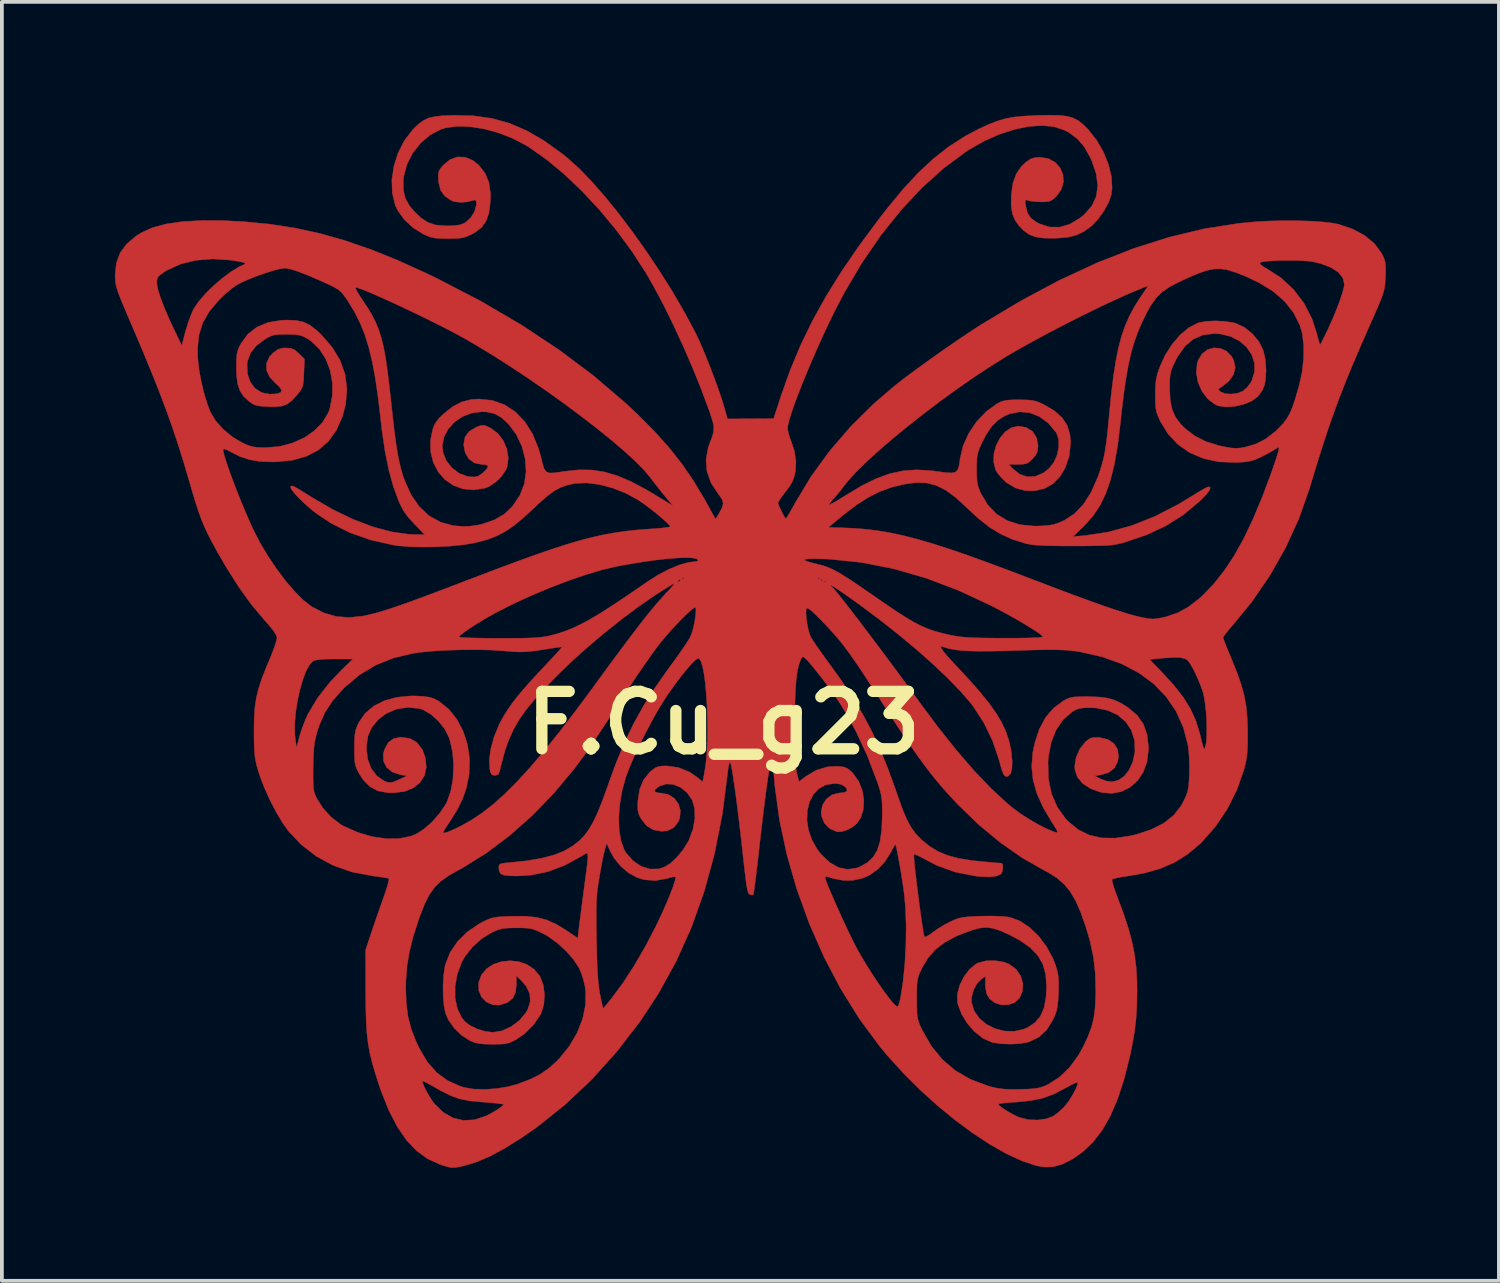
<source format=kicad_pcb>
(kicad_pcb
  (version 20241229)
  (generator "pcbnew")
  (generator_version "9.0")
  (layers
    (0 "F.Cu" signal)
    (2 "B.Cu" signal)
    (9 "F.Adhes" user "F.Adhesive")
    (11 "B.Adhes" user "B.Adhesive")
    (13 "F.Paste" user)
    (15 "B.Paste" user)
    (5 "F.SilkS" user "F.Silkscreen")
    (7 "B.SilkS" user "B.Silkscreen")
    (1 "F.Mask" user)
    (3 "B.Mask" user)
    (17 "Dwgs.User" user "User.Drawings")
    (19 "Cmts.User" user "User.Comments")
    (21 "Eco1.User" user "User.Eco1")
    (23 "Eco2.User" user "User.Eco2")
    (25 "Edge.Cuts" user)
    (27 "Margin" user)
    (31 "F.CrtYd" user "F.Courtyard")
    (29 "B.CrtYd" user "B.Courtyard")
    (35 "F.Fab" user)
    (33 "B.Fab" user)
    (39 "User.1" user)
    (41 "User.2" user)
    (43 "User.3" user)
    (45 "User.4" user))
  (footprint "F.Cu_g23"
    (layer "F.Cu")
    (at 16.154 16.13)
    (property "Reference" "F.Cu_g23" (at 0 0 0) (layer "F.SilkS") (effects (font (size 1.524 1.524) (thickness 0.3))))
    (attr through_hole)
    (fp_poly (pts (xy 8.903 -16.119) (xy 9.104 -16.096) (xy 9.266 -16.052) (xy 9.403 -15.982) (xy 9.531 -15.883) (xy 9.665 -15.75) (xy 9.675 -15.739) (xy 9.896 -15.458) (xy 10.076 -15.145) (xy 10.208 -14.818) (xy 10.287 -14.494) (xy 10.305 -14.189) (xy 10.284 -14.015) (xy 10.214 -13.814) (xy 10.094 -13.592) (xy 9.944 -13.379) (xy 9.783 -13.205) (xy 9.738 -13.166) (xy 9.547 -13.032) (xy 9.358 -12.942) (xy 9.146 -12.888) (xy 8.886 -12.863) (xy 8.753 -12.858) (xy 8.48 -12.863) (xy 8.27 -12.895) (xy 8.101 -12.96) (xy 7.955 -13.066) (xy 7.843 -13.181) (xy 7.729 -13.338) (xy 7.658 -13.511) (xy 7.627 -13.721) (xy 7.628 -13.988) (xy 7.628 -13.992) (xy 7.67 -14.31) (xy 7.762 -14.567) (xy 7.908 -14.776) (xy 8.016 -14.876) (xy 8.136 -14.959) (xy 8.252 -14.998) (xy 8.4 -15.007) (xy 8.618 -14.971) (xy 8.795 -14.873) (xy 8.924 -14.729) (xy 9 -14.553) (xy 9.015 -14.36) (xy 8.963 -14.165) (xy 8.839 -13.984) (xy 8.829 -13.974) (xy 8.733 -13.886) (xy 8.648 -13.84) (xy 8.538 -13.824) (xy 8.434 -13.822) (xy 8.28 -13.828) (xy 8.147 -13.844) (xy 8.09 -13.858) (xy 8.027 -13.876) (xy 8.002 -13.856) (xy 8.004 -13.779) (xy 8.012 -13.719) (xy 8.06 -13.529) (xy 8.155 -13.388) (xy 8.314 -13.274) (xy 8.369 -13.246) (xy 8.64 -13.157) (xy 8.912 -13.153) (xy 9.184 -13.232) (xy 9.454 -13.395) (xy 9.572 -13.492) (xy 9.767 -13.716) (xy 9.884 -13.967) (xy 9.923 -14.247) (xy 9.885 -14.558) (xy 9.77 -14.902) (xy 9.722 -15.008) (xy 9.563 -15.289) (xy 9.377 -15.503) (xy 9.149 -15.67) (xy 9.039 -15.728) (xy 8.766 -15.818) (xy 8.446 -15.849) (xy 8.088 -15.824) (xy 7.704 -15.744) (xy 7.304 -15.613) (xy 6.9 -15.432) (xy 6.501 -15.204) (xy 6.429 -15.157) (xy 5.832 -14.714) (xy 5.253 -14.192) (xy 4.697 -13.597) (xy 4.167 -12.934) (xy 3.669 -12.209) (xy 3.205 -11.426) (xy 2.958 -10.954) (xy 2.79 -10.61) (xy 2.621 -10.248) (xy 2.454 -9.877) (xy 2.294 -9.508) (xy 2.145 -9.15) (xy 2.01 -8.813) (xy 1.894 -8.507) (xy 1.801 -8.243) (xy 1.735 -8.029) (xy 1.699 -7.877) (xy 1.694 -7.823) (xy 1.713 -7.696) (xy 1.758 -7.548) (xy 1.777 -7.504) (xy 1.871 -7.229) (xy 1.916 -6.947) (xy 1.905 -6.689) (xy 1.903 -6.677) (xy 1.869 -6.528) (xy 1.822 -6.404) (xy 1.749 -6.279) (xy 1.635 -6.125) (xy 1.602 -6.083) (xy 1.516 -5.969) (xy 1.458 -5.879) (xy 1.439 -5.839) (xy 1.456 -5.78) (xy 1.499 -5.681) (xy 1.553 -5.571) (xy 1.605 -5.476) (xy 1.643 -5.423) (xy 1.649 -5.42) (xy 1.677 -5.455) (xy 1.736 -5.551) (xy 1.816 -5.691) (xy 1.868 -5.784) (xy 2.797 -5.784) (xy 2.837 -5.799) (xy 2.934 -5.852) (xy 3.073 -5.934) (xy 3.239 -6.038) (xy 3.662 -6.291) (xy 4.048 -6.482) (xy 4.411 -6.613) (xy 4.766 -6.689) (xy 5.128 -6.714) (xy 5.511 -6.691) (xy 5.671 -6.67) (xy 5.894 -6.639) (xy 6.049 -6.631) (xy 6.149 -6.654) (xy 6.21 -6.716) (xy 6.245 -6.826) (xy 6.269 -6.991) (xy 6.272 -7.015) (xy 6.351 -7.349) (xy 6.5 -7.68) (xy 6.708 -7.989) (xy 6.962 -8.257) (xy 7.239 -8.46) (xy 7.339 -8.514) (xy 7.435 -8.547) (xy 7.55 -8.565) (xy 7.71 -8.572) (xy 7.832 -8.572) (xy 8.033 -8.569) (xy 8.178 -8.557) (xy 8.296 -8.53) (xy 8.415 -8.482) (xy 8.482 -8.451) (xy 8.768 -8.285) (xy 8.976 -8.101) (xy 9.114 -7.891) (xy 9.187 -7.645) (xy 9.204 -7.428) (xy 9.168 -7.077) (xy 9.055 -6.756) (xy 8.923 -6.536) (xy 8.74 -6.346) (xy 8.514 -6.219) (xy 8.263 -6.157) (xy 8 -6.16) (xy 7.743 -6.231) (xy 7.508 -6.371) (xy 7.469 -6.404) (xy 7.351 -6.522) (xy 7.254 -6.644) (xy 7.212 -6.717) (xy 7.161 -6.928) (xy 7.17 -7.15) (xy 7.231 -7.367) (xy 7.335 -7.564) (xy 7.473 -7.725) (xy 7.637 -7.833) (xy 7.819 -7.874) (xy 7.822 -7.874) (xy 8.03 -7.837) (xy 8.192 -7.734) (xy 8.298 -7.574) (xy 8.339 -7.366) (xy 8.34 -7.349) (xy 8.328 -7.214) (xy 8.28 -7.108) (xy 8.197 -7.009) (xy 8.108 -6.922) (xy 8.028 -6.877) (xy 7.923 -6.86) (xy 7.809 -6.858) (xy 7.563 -6.858) (xy 7.666 -6.748) (xy 7.854 -6.597) (xy 8.058 -6.528) (xy 8.271 -6.541) (xy 8.486 -6.636) (xy 8.63 -6.747) (xy 8.756 -6.905) (xy 8.844 -7.103) (xy 8.89 -7.315) (xy 8.887 -7.518) (xy 8.832 -7.687) (xy 8.82 -7.706) (xy 8.614 -7.952) (xy 8.378 -8.126) (xy 8.121 -8.228) (xy 7.851 -8.252) (xy 7.579 -8.197) (xy 7.46 -8.146) (xy 7.273 -8.028) (xy 7.112 -7.866) (xy 6.963 -7.647) (xy 6.847 -7.423) (xy 6.781 -7.275) (xy 6.74 -7.154) (xy 6.719 -7.027) (xy 6.711 -6.866) (xy 6.71 -6.731) (xy 6.713 -6.525) (xy 6.727 -6.375) (xy 6.756 -6.252) (xy 6.804 -6.128) (xy 6.82 -6.094) (xy 7.006 -5.783) (xy 7.239 -5.541) (xy 7.521 -5.367) (xy 7.853 -5.26) (xy 8.237 -5.221) (xy 8.394 -5.223) (xy 8.6 -5.237) (xy 8.756 -5.263) (xy 8.899 -5.31) (xy 9.041 -5.375) (xy 9.309 -5.551) (xy 9.546 -5.801) (xy 9.752 -6.127) (xy 9.93 -6.531) (xy 9.984 -6.689) (xy 10.039 -6.867) (xy 10.084 -7.042) (xy 10.121 -7.23) (xy 10.154 -7.449) (xy 10.185 -7.714) (xy 10.217 -8.044) (xy 10.225 -8.128) (xy 10.278 -8.682) (xy 10.336 -9.161) (xy 10.399 -9.576) (xy 10.471 -9.937) (xy 10.554 -10.254) (xy 10.652 -10.537) (xy 10.765 -10.798) (xy 10.899 -11.045) (xy 11.046 -11.277) (xy 11.263 -11.599) (xy 11.061 -11.519) (xy 10.742 -11.386) (xy 10.366 -11.217) (xy 9.949 -11.02) (xy 9.506 -10.803) (xy 9.052 -10.573) (xy 8.603 -10.339) (xy 8.175 -10.109) (xy 7.783 -9.889) (xy 7.504 -9.726) (xy 7.085 -9.465) (xy 6.647 -9.176) (xy 6.199 -8.865) (xy 5.75 -8.539) (xy 5.309 -8.205) (xy 4.883 -7.87) (xy 4.482 -7.541) (xy 4.115 -7.225) (xy 3.79 -6.929) (xy 3.516 -6.66) (xy 3.302 -6.424) (xy 3.226 -6.329) (xy 3.111 -6.181) (xy 2.995 -6.039) (xy 2.907 -5.938) (xy 2.833 -5.852) (xy 2.797 -5.795) (xy 2.797 -5.784) (xy 1.868 -5.784) (xy 1.902 -5.847) (xy 2.317 -6.535) (xy 2.806 -7.207) (xy 3.36 -7.852) (xy 3.97 -8.458) (xy 4.551 -8.956) (xy 4.805 -9.152) (xy 5.112 -9.381) (xy 5.454 -9.628) (xy 5.812 -9.882) (xy 6.169 -10.128) (xy 6.505 -10.355) (xy 6.802 -10.549) (xy 6.844 -10.575) (xy 7.887 -11.199) (xy 8.905 -11.742) (xy 9.901 -12.204) (xy 9.918 -12.211) (xy 14.226 -12.211) (xy 14.235 -12.168) (xy 14.321 -12.102) (xy 14.406 -12.054) (xy 14.789 -11.807) (xy 15.122 -11.496) (xy 15.398 -11.132) (xy 15.608 -10.724) (xy 15.734 -10.338) (xy 15.771 -10.191) (xy 15.802 -10.083) (xy 15.821 -10.034) (xy 15.823 -10.033) (xy 15.846 -10.069) (xy 15.897 -10.166) (xy 15.968 -10.31) (xy 16.046 -10.473) (xy 16.161 -10.729) (xy 16.266 -10.983) (xy 16.355 -11.22) (xy 16.421 -11.422) (xy 16.46 -11.575) (xy 16.468 -11.641) (xy 16.427 -11.807) (xy 16.308 -11.955) (xy 16.115 -12.081) (xy 15.854 -12.182) (xy 15.634 -12.235) (xy 15.497 -12.253) (xy 15.313 -12.265) (xy 15.102 -12.27) (xy 14.879 -12.27) (xy 14.663 -12.265) (xy 14.473 -12.254) (xy 14.325 -12.239) (xy 14.238 -12.219) (xy 14.226 -12.211) (xy 9.918 -12.211) (xy 10.876 -12.587) (xy 11.829 -12.889) (xy 12.762 -13.112) (xy 13.676 -13.255) (xy 14.118 -13.297) (xy 14.473 -13.316) (xy 14.843 -13.325) (xy 15.21 -13.324) (xy 15.558 -13.313) (xy 15.871 -13.293) (xy 16.132 -13.264) (xy 16.32 -13.229) (xy 16.691 -13.102) (xy 17.008 -12.931) (xy 17.262 -12.72) (xy 17.446 -12.476) (xy 17.468 -12.435) (xy 17.52 -12.323) (xy 17.551 -12.223) (xy 17.564 -12.108) (xy 17.563 -11.95) (xy 17.559 -11.837) (xy 17.553 -11.711) (xy 17.543 -11.604) (xy 17.525 -11.504) (xy 17.496 -11.395) (xy 17.45 -11.265) (xy 17.383 -11.1) (xy 17.291 -10.887) (xy 17.17 -10.612) (xy 17.147 -10.562) (xy 16.904 -10.009) (xy 16.692 -9.513) (xy 16.504 -9.057) (xy 16.334 -8.623) (xy 16.176 -8.194) (xy 16.023 -7.752) (xy 15.868 -7.28) (xy 15.706 -6.76) (xy 15.537 -6.202) (xy 15.262 -5.419) (xy 14.91 -4.649) (xy 14.489 -3.906) (xy 14.008 -3.206) (xy 13.55 -2.646) (xy 13.427 -2.504) (xy 13.329 -2.382) (xy 13.266 -2.297) (xy 13.25 -2.265) (xy 13.266 -2.212) (xy 13.309 -2.097) (xy 13.373 -1.937) (xy 13.452 -1.747) (xy 13.464 -1.719) (xy 13.616 -1.343) (xy 13.73 -1.017) (xy 13.811 -0.72) (xy 13.863 -0.429) (xy 13.891 -0.121) (xy 13.902 0.225) (xy 13.902 0.233) (xy 13.901 0.502) (xy 13.895 0.709) (xy 13.881 0.876) (xy 13.857 1.027) (xy 13.82 1.183) (xy 13.808 1.228) (xy 13.621 1.767) (xy 13.364 2.281) (xy 13.046 2.755) (xy 12.677 3.172) (xy 12.637 3.211) (xy 12.31 3.486) (xy 11.964 3.703) (xy 11.583 3.868) (xy 11.153 3.99) (xy 10.72 4.065) (xy 10.546 4.092) (xy 10.406 4.121) (xy 10.32 4.146) (xy 10.303 4.157) (xy 10.308 4.21) (xy 10.338 4.323) (xy 10.39 4.476) (xy 10.431 4.584) (xy 10.6 5.039) (xy 10.732 5.437) (xy 10.83 5.798) (xy 10.899 6.139) (xy 10.942 6.478) (xy 10.964 6.834) (xy 10.968 7.112) (xy 10.961 7.504) (xy 10.94 7.851) (xy 10.901 8.187) (xy 10.839 8.543) (xy 10.771 8.869) (xy 10.62 9.466) (xy 10.45 9.986) (xy 10.257 10.433) (xy 10.039 10.814) (xy 9.793 11.132) (xy 9.514 11.394) (xy 9.256 11.574) (xy 8.986 11.711) (xy 8.74 11.781) (xy 8.495 11.787) (xy 8.296 11.751) (xy 7.918 11.626) (xy 7.504 11.435) (xy 7.064 11.186) (xy 6.605 10.885) (xy 6.138 10.539) (xy 5.67 10.155) (xy 5.631 10.12) (xy 7.281 10.12) (xy 7.316 10.162) (xy 7.405 10.229) (xy 7.53 10.308) (xy 7.667 10.386) (xy 7.798 10.45) (xy 7.856 10.474) (xy 8.085 10.529) (xy 8.33 10.539) (xy 8.562 10.507) (xy 8.742 10.437) (xy 8.874 10.341) (xy 9.012 10.214) (xy 9.071 10.148) (xy 9.168 10.017) (xy 9.258 9.872) (xy 9.333 9.734) (xy 9.381 9.62) (xy 9.392 9.552) (xy 9.388 9.543) (xy 9.342 9.551) (xy 9.243 9.595) (xy 9.111 9.666) (xy 9.073 9.687) (xy 8.769 9.846) (xy 8.472 9.956) (xy 8.152 10.025) (xy 7.781 10.062) (xy 7.758 10.063) (xy 7.568 10.076) (xy 7.415 10.091) (xy 7.313 10.106) (xy 7.281 10.12) (xy 5.631 10.12) (xy 5.211 9.74) (xy 4.769 9.299) (xy 4.353 8.841) (xy 4.13 8.572) (xy 3.593 7.844) (xy 3.101 7.052) (xy 2.659 6.21) (xy 2.271 5.33) (xy 1.942 4.422) (xy 1.847 4.095) (xy 2.688 4.095) (xy 2.708 4.168) (xy 2.726 4.22) (xy 2.783 4.368) (xy 2.87 4.573) (xy 2.977 4.818) (xy 3.097 5.083) (xy 3.22 5.352) (xy 3.34 5.604) (xy 3.447 5.822) (xy 3.532 5.988) (xy 3.535 5.992) (xy 3.669 6.229) (xy 3.818 6.474) (xy 3.973 6.717) (xy 4.128 6.948) (xy 4.274 7.154) (xy 4.404 7.327) (xy 4.511 7.454) (xy 4.587 7.524) (xy 4.613 7.535) (xy 4.638 7.497) (xy 4.668 7.399) (xy 4.692 7.292) (xy 4.759 6.862) (xy 4.806 6.383) (xy 4.834 5.882) (xy 4.84 5.386) (xy 4.824 4.919) (xy 4.788 4.53) (xy 4.761 4.336) (xy 4.728 4.12) (xy 4.691 3.895) (xy 4.653 3.68) (xy 4.618 3.49) (xy 4.588 3.341) (xy 4.565 3.251) (xy 4.557 3.231) (xy 4.532 3.257) (xy 4.482 3.34) (xy 4.429 3.443) (xy 4.277 3.683) (xy 4.079 3.892) (xy 3.856 4.049) (xy 3.681 4.124) (xy 3.428 4.179) (xy 3.183 4.182) (xy 2.916 4.134) (xy 2.763 4.089) (xy 2.705 4.074) (xy 2.688 4.095) (xy 1.847 4.095) (xy 1.676 3.5) (xy 1.478 2.575) (xy 1.354 1.66) (xy 1.331 1.386) (xy 1.316 1.221) (xy 1.298 1.094) (xy 1.279 1.024) (xy 1.272 1.016) (xy 1.253 1.044) (xy 1.229 1.129) (xy 1.201 1.275) (xy 1.168 1.486) (xy 1.129 1.764) (xy 1.084 2.114) (xy 1.032 2.537) (xy 0.973 3.039) (xy 0.91 3.595) (xy 0.878 3.869) (xy 0.849 4.114) (xy 0.823 4.317) (xy 0.802 4.467) (xy 0.788 4.55) (xy 0.784 4.564) (xy 0.734 4.567) (xy 0.703 4.558) (xy 0.679 4.546) (xy 0.66 4.524) (xy 0.642 4.483) (xy 0.624 4.413) (xy 0.606 4.306) (xy 0.584 4.151) (xy 0.559 3.941) (xy 0.527 3.665) (xy 0.489 3.315) (xy 0.486 3.288) (xy 0.436 2.849) (xy 0.387 2.44) (xy 0.34 2.069) (xy 0.296 1.743) (xy 0.256 1.47) (xy 0.221 1.258) (xy 0.192 1.114) (xy 0.171 1.046) (xy 0.169 1.043) (xy 0.149 1.063) (xy 0.127 1.149) (xy 0.108 1.284) (xy 0.107 1.297) (xy -0.034 2.405) (xy -0.241 3.46) (xy -0.515 4.465) (xy -0.855 5.421) (xy -1.263 6.33) (xy -1.739 7.193) (xy -2.215 7.916) (xy -2.839 8.726) (xy -3.507 9.468) (xy -4.218 10.139) (xy -4.97 10.737) (xy -5.376 11.019) (xy -5.812 11.29) (xy -6.201 11.5) (xy -6.552 11.65) (xy -6.806 11.729) (xy -6.99 11.775) (xy -7.119 11.799) (xy -7.224 11.801) (xy -7.331 11.781) (xy -7.47 11.737) (xy -7.536 11.715) (xy -7.858 11.568) (xy -8.152 11.354) (xy -8.42 11.071) (xy -8.664 10.715) (xy -8.887 10.283) (xy -9.091 9.772) (xy -9.145 9.614) (xy -9.181 9.503) (xy -7.993 9.503) (xy -7.99 9.553) (xy -7.95 9.653) (xy -7.885 9.783) (xy -7.805 9.921) (xy -7.722 10.048) (xy -7.678 10.106) (xy -7.444 10.335) (xy -7.186 10.482) (xy -6.908 10.549) (xy -6.616 10.533) (xy -6.312 10.434) (xy -6.239 10.398) (xy -6.1 10.32) (xy -5.976 10.242) (xy -5.928 10.207) (xy -5.824 10.125) (xy -5.971 10.102) (xy -6.082 10.089) (xy -6.247 10.074) (xy -6.434 10.06) (xy -6.478 10.057) (xy -6.767 10.028) (xy -7.014 9.976) (xy -7.249 9.891) (xy -7.504 9.764) (xy -7.619 9.698) (xy -7.773 9.61) (xy -7.897 9.544) (xy -7.975 9.507) (xy -7.993 9.503) (xy -9.181 9.503) (xy -9.247 9.297) (xy -9.328 9.019) (xy -9.39 8.763) (xy -9.435 8.511) (xy -9.467 8.247) (xy -9.486 7.952) (xy -9.497 7.609) (xy -9.501 7.203) (xy -9.501 7.133) (xy -9.501 7.048) (xy -8.437 7.048) (xy -8.424 7.446) (xy -8.378 7.793) (xy -8.295 8.117) (xy -8.167 8.449) (xy -8.079 8.635) (xy -7.87 8.99) (xy -7.625 9.272) (xy -7.338 9.487) (xy -7.002 9.639) (xy -6.89 9.674) (xy -6.642 9.717) (xy -6.345 9.727) (xy -6.027 9.705) (xy -5.714 9.653) (xy -5.482 9.59) (xy -5.149 9.465) (xy -4.877 9.329) (xy -4.641 9.167) (xy -4.419 8.965) (xy -4.365 8.91) (xy -4.1 8.583) (xy -3.892 8.229) (xy -3.746 7.859) (xy -3.668 7.487) (xy -3.662 7.129) (xy -3.677 7.015) (xy -3.721 6.824) (xy -3.785 6.629) (xy -3.837 6.507) (xy -3.978 6.289) (xy -4.176 6.062) (xy -4.408 5.849) (xy -4.652 5.67) (xy -4.804 5.585) (xy -4.952 5.516) (xy -5.071 5.473) (xy -5.192 5.45) (xy -5.343 5.442) (xy -5.503 5.44) (xy -5.704 5.444) (xy -5.849 5.456) (xy -5.968 5.484) (xy -6.089 5.531) (xy -6.16 5.565) (xy -6.42 5.727) (xy -6.66 5.941) (xy -6.857 6.185) (xy -6.952 6.35) (xy -7.07 6.668) (xy -7.128 6.988) (xy -7.128 7.295) (xy -7.071 7.576) (xy -6.957 7.816) (xy -6.869 7.927) (xy -6.729 8.032) (xy -6.537 8.123) (xy -6.327 8.187) (xy -6.132 8.212) (xy -6.126 8.212) (xy -5.884 8.172) (xy -5.643 8.063) (xy -5.425 7.899) (xy -5.252 7.695) (xy -5.203 7.611) (xy -5.134 7.396) (xy -5.148 7.185) (xy -5.246 6.982) (xy -5.371 6.839) (xy -5.503 6.715) (xy -5.503 6.946) (xy -5.524 7.152) (xy -5.592 7.299) (xy -5.717 7.407) (xy -5.758 7.43) (xy -5.954 7.491) (xy -6.14 7.479) (xy -6.303 7.403) (xy -6.427 7.276) (xy -6.5 7.106) (xy -6.505 6.905) (xy -6.502 6.883) (xy -6.425 6.681) (xy -6.289 6.521) (xy -6.108 6.405) (xy -5.897 6.335) (xy -5.669 6.312) (xy -5.439 6.337) (xy -5.221 6.412) (xy -5.031 6.539) (xy -4.882 6.719) (xy -4.878 6.725) (xy -4.792 6.943) (xy -4.756 7.199) (xy -4.772 7.46) (xy -4.84 7.696) (xy -4.862 7.741) (xy -5.045 8.011) (xy -5.284 8.249) (xy -5.512 8.406) (xy -5.627 8.465) (xy -5.727 8.502) (xy -5.841 8.521) (xy -5.993 8.528) (xy -6.138 8.529) (xy -6.35 8.524) (xy -6.503 8.509) (xy -6.625 8.479) (xy -6.737 8.432) (xy -6.957 8.29) (xy -7.154 8.099) (xy -7.307 7.881) (xy -7.384 7.702) (xy -7.424 7.499) (xy -7.445 7.244) (xy -7.448 6.965) (xy -7.432 6.694) (xy -7.397 6.459) (xy -7.386 6.412) (xy -7.262 6.095) (xy -7.062 5.802) (xy -6.796 5.541) (xy -6.469 5.32) (xy -6.356 5.261) (xy -6.245 5.211) (xy -6.141 5.176) (xy -6.024 5.154) (xy -5.87 5.14) (xy -5.659 5.132) (xy -5.597 5.13) (xy -5.245 5.132) (xy -4.952 5.164) (xy -4.694 5.231) (xy -4.448 5.341) (xy -4.19 5.498) (xy -4.183 5.503) (xy -3.873 5.714) (xy -3.842 5.45) (xy -3.826 5.322) (xy -3.812 5.21) (xy -3.383 5.21) (xy -3.38 5.514) (xy -3.376 5.739) (xy -3.368 6.133) (xy -3.357 6.453) (xy -3.343 6.713) (xy -3.325 6.924) (xy -3.303 7.099) (xy -3.283 7.207) (xy -3.249 7.371) (xy -3.221 7.498) (xy -3.203 7.569) (xy -3.199 7.578) (xy -3.171 7.547) (xy -3.102 7.466) (xy -3.007 7.349) (xy -2.971 7.304) (xy -2.675 6.905) (xy -2.374 6.441) (xy -2.078 5.931) (xy -1.799 5.395) (xy -1.63 5.038) (xy -1.516 4.778) (xy -1.42 4.544) (xy -1.344 4.347) (xy -1.295 4.196) (xy -1.275 4.105) (xy -1.278 4.084) (xy -1.325 4.085) (xy -1.425 4.108) (xy -1.501 4.129) (xy -1.81 4.186) (xy -2.106 4.163) (xy -2.296 4.107) (xy -2.519 3.986) (xy -2.733 3.805) (xy -2.912 3.585) (xy -3.011 3.408) (xy -3.106 3.196) (xy -3.157 3.37) (xy -3.184 3.479) (xy -3.22 3.649) (xy -3.259 3.856) (xy -3.299 4.08) (xy -3.301 4.093) (xy -3.33 4.273) (xy -3.352 4.435) (xy -3.368 4.594) (xy -3.378 4.766) (xy -3.382 4.966) (xy -3.383 5.21) (xy -3.812 5.21) (xy -3.801 5.13) (xy -3.771 4.891) (xy -3.736 4.626) (xy -3.704 4.381) (xy -3.663 4.07) (xy -3.632 3.834) (xy -3.613 3.665) (xy -3.605 3.552) (xy -3.61 3.487) (xy -3.628 3.462) (xy -3.659 3.467) (xy -3.705 3.494) (xy -3.759 3.529) (xy -4.214 3.779) (xy -4.664 3.949) (xy -5.118 4.042) (xy -5.48 4.064) (xy -5.692 4.059) (xy -5.834 4.042) (xy -5.918 4.005) (xy -5.958 3.943) (xy -5.969 3.849) (xy -5.969 3.847) (xy -5.964 3.786) (xy -5.938 3.749) (xy -5.872 3.728) (xy -5.747 3.714) (xy -5.683 3.708) (xy -5.223 3.66) (xy -4.836 3.594) (xy -4.511 3.509) (xy -4.238 3.401) (xy -4.006 3.266) (xy -3.815 3.113) (xy -3.689 2.979) (xy -3.572 2.819) (xy -3.459 2.621) (xy -3.415 2.528) (xy -2.786 2.528) (xy -2.773 2.858) (xy -2.723 3.146) (xy -2.636 3.378) (xy -2.593 3.449) (xy -2.405 3.661) (xy -2.191 3.806) (xy -1.961 3.879) (xy -1.729 3.876) (xy -1.588 3.834) (xy -1.418 3.73) (xy -1.24 3.566) (xy -1.074 3.361) (xy -0.937 3.138) (xy -0.918 3.099) (xy -0.814 2.814) (xy -0.765 2.532) (xy -0.772 2.271) (xy -0.837 2.051) (xy -0.842 2.041) (xy -0.976 1.85) (xy -1.146 1.712) (xy -1.336 1.634) (xy -1.53 1.622) (xy -1.713 1.683) (xy -1.727 1.692) (xy -1.821 1.767) (xy -1.833 1.823) (xy -1.764 1.856) (xy -1.666 1.863) (xy -1.471 1.9) (xy -1.313 2.001) (xy -1.203 2.148) (xy -1.15 2.326) (xy -1.165 2.517) (xy -1.206 2.624) (xy -1.322 2.777) (xy -1.481 2.859) (xy -1.645 2.879) (xy -1.867 2.84) (xy -2.052 2.726) (xy -2.198 2.538) (xy -2.251 2.429) (xy -2.278 2.324) (xy -2.283 2.192) (xy -2.277 2.059) (xy -2.23 1.76) (xy -2.13 1.517) (xy -1.968 1.314) (xy -1.927 1.277) (xy -1.831 1.201) (xy -1.742 1.161) (xy -1.625 1.145) (xy -1.512 1.143) (xy -1.204 1.185) (xy -0.909 1.304) (xy -0.692 1.454) (xy -0.559 1.566) (xy -0.508 1.302) (xy -0.473 1.067) (xy -0.448 0.792) (xy -0.434 0.49) (xy -0.429 0.17) (xy -0.43 0.064) (xy 1.884 0.064) (xy 1.886 0.461) (xy 1.892 0.781) (xy 1.903 1.028) (xy 1.918 1.21) (xy 1.938 1.333) (xy 1.94 1.341) (xy 1.997 1.56) (xy 2.182 1.419) (xy 2.458 1.256) (xy 2.756 1.166) (xy 3.038 1.153) (xy 3.186 1.172) (xy 3.288 1.213) (xy 3.385 1.293) (xy 3.433 1.343) (xy 3.581 1.553) (xy 3.677 1.795) (xy 3.719 2.051) (xy 3.704 2.3) (xy 3.632 2.523) (xy 3.54 2.662) (xy 3.42 2.763) (xy 3.269 2.843) (xy 3.118 2.89) (xy 3.004 2.891) (xy 2.808 2.803) (xy 2.668 2.658) (xy 2.593 2.471) (xy 2.584 2.362) (xy 2.624 2.175) (xy 2.727 2.018) (xy 2.877 1.908) (xy 3.057 1.863) (xy 3.069 1.862) (xy 3.21 1.847) (xy 3.273 1.805) (xy 3.255 1.736) (xy 3.222 1.698) (xy 3.12 1.633) (xy 2.973 1.609) (xy 2.94 1.609) (xy 2.712 1.645) (xy 2.524 1.746) (xy 2.377 1.901) (xy 2.275 2.1) (xy 2.218 2.331) (xy 2.208 2.585) (xy 2.249 2.849) (xy 2.342 3.113) (xy 2.488 3.367) (xy 2.587 3.491) (xy 2.816 3.708) (xy 3.049 3.841) (xy 3.286 3.888) (xy 3.528 3.852) (xy 3.62 3.815) (xy 3.815 3.705) (xy 3.964 3.563) (xy 4.074 3.381) (xy 4.147 3.147) (xy 4.19 2.853) (xy 4.206 2.487) (xy 4.206 2.479) (xy 4.206 2.248) (xy 4.199 2.075) (xy 4.181 1.933) (xy 4.148 1.794) (xy 4.097 1.631) (xy 4.089 1.609) (xy 3.815 0.886) (xy 3.499 0.206) (xy 3.15 -0.414) (xy 3.035 -0.593) (xy 2.918 -0.762) (xy 2.778 -0.956) (xy 2.626 -1.157) (xy 2.475 -1.35) (xy 2.339 -1.518) (xy 2.229 -1.645) (xy 2.171 -1.704) (xy 2.108 -1.752) (xy 2.072 -1.735) (xy 2.04 -1.674) (xy 1.992 -1.54) (xy 1.953 -1.369) (xy 1.924 -1.152) (xy 1.903 -0.882) (xy 1.89 -0.548) (xy 1.884 -0.142) (xy 1.884 0.064) (xy -0.43 0.064) (xy -0.433 -0.157) (xy -0.445 -0.479) (xy -0.465 -0.787) (xy -0.491 -1.067) (xy -0.525 -1.311) (xy -0.564 -1.507) (xy -0.609 -1.643) (xy -0.658 -1.71) (xy -0.675 -1.714) (xy -0.736 -1.681) (xy -0.835 -1.587) (xy -0.964 -1.442) (xy -1.115 -1.256) (xy -1.279 -1.041) (xy -1.448 -0.804) (xy -1.534 -0.677) (xy -1.694 -0.425) (xy -1.867 -0.122) (xy -2.045 0.21) (xy -2.217 0.552) (xy -2.373 0.883) (xy -2.503 1.184) (xy -2.597 1.435) (xy -2.598 1.439) (xy -2.698 1.804) (xy -2.761 2.172) (xy -2.786 2.528) (xy -3.415 2.528) (xy -3.344 2.376) (xy -3.221 2.071) (xy -3.085 1.696) (xy -3.07 1.651) (xy -2.851 1.051) (xy -2.628 0.515) (xy -2.391 0.021) (xy -2.128 -0.451) (xy -1.829 -0.923) (xy -1.483 -1.416) (xy -1.411 -1.513) (xy -1.26 -1.72) (xy -1.12 -1.918) (xy -1.003 -2.09) (xy -0.919 -2.222) (xy -0.887 -2.278) (xy -0.841 -2.398) (xy -0.798 -2.556) (xy -0.764 -2.726) (xy -0.743 -2.884) (xy -0.74 -2.956) (xy 2.182 -2.956) (xy 2.187 -2.819) (xy 2.208 -2.654) (xy 2.241 -2.486) (xy 2.282 -2.343) (xy 2.307 -2.283) (xy 2.358 -2.198) (xy 2.449 -2.062) (xy 2.569 -1.89) (xy 2.707 -1.698) (xy 2.773 -1.609) (xy 3.122 -1.124) (xy 3.424 -0.67) (xy 3.688 -0.229) (xy 3.925 0.218) (xy 4.143 0.688) (xy 4.351 1.2) (xy 4.559 1.771) (xy 4.635 1.99) (xy 4.752 2.315) (xy 4.862 2.572) (xy 4.974 2.777) (xy 5.096 2.945) (xy 5.237 3.091) (xy 5.243 3.096) (xy 5.46 3.274) (xy 5.688 3.413) (xy 5.942 3.518) (xy 6.238 3.597) (xy 6.592 3.654) (xy 6.861 3.682) (xy 7.055 3.699) (xy 7.218 3.713) (xy 7.332 3.722) (xy 7.377 3.725) (xy 7.403 3.76) (xy 7.408 3.842) (xy 7.394 3.934) (xy 7.364 4.003) (xy 7.355 4.012) (xy 7.237 4.066) (xy 7.056 4.089) (xy 6.804 4.079) (xy 6.663 4.063) (xy 6.145 3.96) (xy 5.66 3.786) (xy 5.367 3.635) (xy 5.227 3.558) (xy 5.117 3.507) (xy 5.053 3.488) (xy 5.047 3.49) (xy 5.045 3.538) (xy 5.053 3.655) (xy 5.07 3.829) (xy 5.094 4.046) (xy 5.123 4.292) (xy 5.156 4.553) (xy 5.19 4.816) (xy 5.224 5.067) (xy 5.256 5.292) (xy 5.285 5.478) (xy 5.308 5.611) (xy 5.325 5.677) (xy 5.327 5.682) (xy 5.373 5.674) (xy 5.461 5.622) (xy 5.546 5.56) (xy 5.689 5.459) (xy 5.867 5.352) (xy 6.011 5.277) (xy 6.133 5.222) (xy 6.24 5.184) (xy 6.353 5.16) (xy 6.496 5.144) (xy 6.688 5.134) (xy 6.833 5.129) (xy 7.115 5.126) (xy 7.36 5.134) (xy 7.548 5.152) (xy 7.605 5.162) (xy 7.864 5.26) (xy 8.118 5.43) (xy 8.356 5.66) (xy 8.564 5.936) (xy 8.733 6.248) (xy 8.806 6.435) (xy 8.85 6.582) (xy 8.876 6.721) (xy 8.887 6.878) (xy 8.885 7.083) (xy 8.883 7.154) (xy 8.872 7.369) (xy 8.855 7.527) (xy 8.826 7.657) (xy 8.778 7.785) (xy 8.734 7.882) (xy 8.572 8.145) (xy 8.365 8.337) (xy 8.109 8.462) (xy 8.069 8.475) (xy 7.865 8.512) (xy 7.618 8.525) (xy 7.365 8.516) (xy 7.145 8.483) (xy 7.098 8.471) (xy 6.873 8.367) (xy 6.658 8.197) (xy 6.466 7.979) (xy 6.313 7.731) (xy 6.215 7.473) (xy 6.2 7.401) (xy 6.2 7.192) (xy 6.261 6.964) (xy 6.37 6.742) (xy 6.515 6.548) (xy 6.682 6.406) (xy 6.759 6.366) (xy 6.966 6.315) (xy 7.204 6.31) (xy 7.436 6.349) (xy 7.579 6.405) (xy 7.758 6.54) (xy 7.879 6.717) (xy 7.938 6.916) (xy 7.928 7.12) (xy 7.851 7.299) (xy 7.726 7.418) (xy 7.558 7.481) (xy 7.369 7.485) (xy 7.197 7.43) (xy 7.055 7.326) (xy 6.973 7.186) (xy 6.943 6.993) (xy 6.943 6.953) (xy 6.943 6.729) (xy 6.839 6.797) (xy 6.721 6.917) (xy 6.629 7.087) (xy 6.577 7.275) (xy 6.575 7.418) (xy 6.645 7.645) (xy 6.782 7.84) (xy 6.971 7.999) (xy 7.197 8.113) (xy 7.447 8.178) (xy 7.706 8.185) (xy 7.959 8.13) (xy 8.066 8.083) (xy 8.26 7.953) (xy 8.403 7.784) (xy 8.498 7.567) (xy 8.551 7.291) (xy 8.566 6.985) (xy 8.542 6.672) (xy 8.467 6.404) (xy 8.332 6.171) (xy 8.131 5.963) (xy 7.857 5.772) (xy 7.591 5.629) (xy 7.345 5.517) (xy 7.144 5.452) (xy 6.966 5.429) (xy 6.787 5.447) (xy 6.584 5.502) (xy 6.577 5.504) (xy 6.188 5.652) (xy 5.872 5.82) (xy 5.619 6.014) (xy 5.417 6.243) (xy 5.271 6.488) (xy 5.209 6.614) (xy 5.168 6.715) (xy 5.142 6.814) (xy 5.129 6.931) (xy 5.123 7.089) (xy 5.122 7.309) (xy 5.122 7.32) (xy 5.123 7.544) (xy 5.129 7.706) (xy 5.142 7.826) (xy 5.167 7.927) (xy 5.208 8.031) (xy 5.265 8.15) (xy 5.509 8.577) (xy 5.802 8.935) (xy 6.145 9.227) (xy 6.545 9.459) (xy 7.005 9.632) (xy 7.091 9.657) (xy 7.265 9.696) (xy 7.446 9.719) (xy 7.659 9.727) (xy 7.877 9.724) (xy 8.099 9.716) (xy 8.259 9.704) (xy 8.382 9.682) (xy 8.49 9.647) (xy 8.607 9.594) (xy 8.614 9.591) (xy 8.907 9.403) (xy 9.177 9.142) (xy 9.415 8.817) (xy 9.546 8.579) (xy 9.67 8.311) (xy 9.758 8.075) (xy 9.817 7.844) (xy 9.851 7.593) (xy 9.867 7.298) (xy 9.87 7.112) (xy 9.858 6.643) (xy 9.81 6.216) (xy 9.72 5.794) (xy 9.606 5.407) (xy 9.474 5.033) (xy 9.341 4.73) (xy 9.199 4.486) (xy 9.036 4.286) (xy 8.844 4.119) (xy 8.613 3.972) (xy 8.48 3.901) (xy 7.909 3.575) (xy 7.335 3.173) (xy 6.769 2.704) (xy 6.223 2.176) (xy 6.21 2.163) (xy 6.009 1.948) (xy 5.821 1.739) (xy 5.64 1.526) (xy 5.46 1.301) (xy 5.274 1.055) (xy 5.076 0.779) (xy 4.86 0.465) (xy 4.618 0.103) (xy 4.345 -0.316) (xy 4.084 -0.72) (xy 3.846 -1.088) (xy 3.645 -1.395) (xy 3.471 -1.651) (xy 3.318 -1.867) (xy 3.178 -2.055) (xy 3.041 -2.225) (xy 2.901 -2.387) (xy 2.748 -2.553) (xy 2.64 -2.666) (xy 2.461 -2.848) (xy 2.332 -2.97) (xy 2.247 -3.034) (xy 2.203 -3.044) (xy 2.197 -3.038) (xy 2.182 -2.956) (xy -0.74 -2.956) (xy -0.738 -3.006) (xy -0.749 -3.061) (xy -0.788 -3.052) (xy -0.872 -2.988) (xy -0.992 -2.879) (xy -1.137 -2.735) (xy -1.298 -2.566) (xy -1.465 -2.381) (xy -1.629 -2.189) (xy -1.671 -2.138) (xy -1.784 -1.992) (xy -1.93 -1.79) (xy -2.1 -1.548) (xy -2.283 -1.281) (xy -2.467 -1.004) (xy -2.572 -0.845) (xy -2.835 -0.438) (xy -3.058 -0.095) (xy -3.248 0.193) (xy -3.409 0.436) (xy -3.548 0.64) (xy -3.67 0.816) (xy -3.781 0.97) (xy -3.887 1.113) (xy -3.974 1.228) (xy -4.508 1.867) (xy -5.079 2.457) (xy -5.677 2.988) (xy -6.294 3.452) (xy -6.92 3.842) (xy -7.064 3.921) (xy -7.314 4.064) (xy -7.514 4.208) (xy -7.676 4.369) (xy -7.812 4.562) (xy -7.935 4.803) (xy -8.055 5.106) (xy -8.099 5.232) (xy -8.241 5.674) (xy -8.34 6.07) (xy -8.403 6.445) (xy -8.433 6.825) (xy -8.437 7.048) (xy -9.501 7.048) (xy -9.503 6.032) (xy -9.371 5.63) (xy -9.303 5.426) (xy -9.217 5.176) (xy -9.125 4.912) (xy -9.045 4.69) (xy -8.976 4.492) (xy -8.923 4.323) (xy -8.891 4.199) (xy -8.882 4.136) (xy -8.885 4.131) (xy -8.939 4.117) (xy -9.058 4.097) (xy -9.219 4.074) (xy -9.317 4.062) (xy -9.86 3.959) (xy -10.359 3.785) (xy -10.812 3.54) (xy -11.217 3.226) (xy -11.545 2.878) (xy -11.705 2.655) (xy -11.873 2.373) (xy -12.037 2.057) (xy -12.186 1.729) (xy -12.301 1.431) (xy -10.896 1.431) (xy -10.893 1.609) (xy -10.884 1.738) (xy -10.867 1.835) (xy -10.839 1.918) (xy -10.802 1.999) (xy -10.635 2.264) (xy -10.413 2.506) (xy -10.162 2.697) (xy -10.089 2.739) (xy -9.71 2.907) (xy -9.329 3.019) (xy -8.958 3.074) (xy -8.61 3.07) (xy -8.3 3.006) (xy -8.157 2.948) (xy -7.948 2.814) (xy -7.734 2.625) (xy -7.538 2.401) (xy -7.381 2.169) (xy -7.346 2.103) (xy -7.245 1.82) (xy -7.185 1.489) (xy -7.168 1.136) (xy -7.194 0.786) (xy -7.264 0.465) (xy -7.292 0.384) (xy -7.407 0.16) (xy -7.571 -0.048) (xy -7.764 -0.222) (xy -7.967 -0.342) (xy -8.071 -0.378) (xy -8.378 -0.41) (xy -8.678 -0.366) (xy -8.954 -0.248) (xy -9.16 -0.093) (xy -9.336 0.115) (xy -9.439 0.343) (xy -9.48 0.612) (xy -9.481 0.677) (xy -9.448 0.963) (xy -9.354 1.21) (xy -9.205 1.407) (xy -9.008 1.544) (xy -8.959 1.564) (xy -8.873 1.585) (xy -8.782 1.574) (xy -8.656 1.524) (xy -8.621 1.508) (xy -8.403 1.407) (xy -8.585 1.375) (xy -8.795 1.305) (xy -8.944 1.184) (xy -9.026 1.023) (xy -9.034 0.831) (xy -8.998 0.698) (xy -8.9 0.522) (xy -8.763 0.419) (xy -8.577 0.381) (xy -8.551 0.381) (xy -8.322 0.417) (xy -8.138 0.525) (xy -8.001 0.702) (xy -7.917 0.927) (xy -7.893 1.18) (xy -7.942 1.402) (xy -8.06 1.587) (xy -8.24 1.728) (xy -8.475 1.821) (xy -8.76 1.858) (xy -8.909 1.855) (xy -9.169 1.808) (xy -9.384 1.697) (xy -9.564 1.516) (xy -9.669 1.355) (xy -9.728 1.244) (xy -9.766 1.149) (xy -9.788 1.047) (xy -9.798 0.912) (xy -9.8 0.722) (xy -9.8 0.677) (xy -9.798 0.469) (xy -9.789 0.32) (xy -9.768 0.204) (xy -9.73 0.097) (xy -9.679 -0.015) (xy -9.516 -0.251) (xy -9.289 -0.444) (xy -9.004 -0.588) (xy -8.671 -0.679) (xy -8.299 -0.715) (xy -8.135 -0.712) (xy -7.939 -0.699) (xy -7.799 -0.678) (xy -7.689 -0.643) (xy -7.58 -0.586) (xy -7.552 -0.569) (xy -7.295 -0.362) (xy -7.081 -0.094) (xy -6.914 0.224) (xy -6.8 0.576) (xy -6.744 0.948) (xy -6.753 1.328) (xy -6.764 1.413) (xy -6.829 1.725) (xy -6.925 2.008) (xy -7.064 2.291) (xy -7.218 2.541) (xy -7.316 2.691) (xy -7.394 2.812) (xy -7.441 2.889) (xy -7.451 2.907) (xy -7.416 2.923) (xy -7.313 2.893) (xy -7.14 2.818) (xy -6.98 2.74) (xy -6.695 2.581) (xy -6.407 2.388) (xy -6.112 2.157) (xy -5.804 1.882) (xy -5.482 1.559) (xy -5.139 1.185) (xy -4.772 0.755) (xy -4.377 0.264) (xy -3.949 -0.292) (xy -3.485 -0.917) (xy -3.429 -0.995) (xy -3.075 -1.478) (xy -2.765 -1.897) (xy -2.495 -2.258) (xy -2.26 -2.566) (xy -2.056 -2.827) (xy -1.877 -3.047) (xy -1.721 -3.231) (xy -1.583 -3.384) (xy -1.573 -3.396) (xy -1.434 -3.544) (xy -1.349 -3.638) (xy -1.344 -3.645) (xy 2.832 -3.645) (xy 2.896 -3.581) (xy 2.906 -3.571) (xy 2.962 -3.509) (xy 3.062 -3.387) (xy 3.2 -3.213) (xy 3.37 -2.994) (xy 3.566 -2.739) (xy 3.781 -2.455) (xy 4.011 -2.151) (xy 4.249 -1.834) (xy 4.488 -1.512) (xy 4.723 -1.194) (xy 4.948 -0.888) (xy 5.157 -0.6) (xy 5.208 -0.529) (xy 5.708 0.142) (xy 6.191 0.747) (xy 6.656 1.283) (xy 7.1 1.747) (xy 7.52 2.135) (xy 7.679 2.267) (xy 7.873 2.41) (xy 8.098 2.555) (xy 8.333 2.691) (xy 8.555 2.805) (xy 8.742 2.884) (xy 8.798 2.902) (xy 8.844 2.91) (xy 8.857 2.892) (xy 8.831 2.834) (xy 8.764 2.725) (xy 8.721 2.66) (xy 8.48 2.254) (xy 8.31 1.878) (xy 8.208 1.518) (xy 8.171 1.163) (xy 8.198 0.802) (xy 8.252 0.539) (xy 8.376 0.163) (xy 8.541 -0.144) (xy 8.751 -0.39) (xy 9.013 -0.584) (xy 9.013 -0.584) (xy 9.106 -0.635) (xy 9.191 -0.668) (xy 9.29 -0.686) (xy 9.426 -0.694) (xy 9.619 -0.696) (xy 9.673 -0.695) (xy 9.956 -0.686) (xy 10.181 -0.657) (xy 10.372 -0.602) (xy 10.556 -0.514) (xy 10.738 -0.399) (xy 10.972 -0.199) (xy 11.136 0.035) (xy 11.234 0.313) (xy 11.27 0.643) (xy 11.27 0.708) (xy 11.232 1.028) (xy 11.133 1.306) (xy 10.98 1.535) (xy 10.783 1.71) (xy 10.551 1.825) (xy 10.292 1.872) (xy 10.016 1.847) (xy 9.738 1.747) (xy 9.522 1.608) (xy 9.384 1.442) (xy 9.319 1.244) (xy 9.313 1.15) (xy 9.35 0.918) (xy 9.449 0.692) (xy 9.596 0.506) (xy 9.622 0.483) (xy 9.714 0.417) (xy 9.804 0.388) (xy 9.93 0.387) (xy 9.979 0.391) (xy 10.196 0.442) (xy 10.355 0.549) (xy 10.451 0.703) (xy 10.476 0.895) (xy 10.453 1.03) (xy 10.365 1.201) (xy 10.212 1.319) (xy 10.023 1.377) (xy 9.847 1.407) (xy 9.993 1.485) (xy 10.135 1.539) (xy 10.284 1.564) (xy 10.294 1.565) (xy 10.468 1.526) (xy 10.626 1.416) (xy 10.758 1.247) (xy 10.856 1.03) (xy 10.909 0.778) (xy 10.911 0.76) (xy 10.9 0.462) (xy 10.816 0.196) (xy 10.665 -0.029) (xy 10.455 -0.207) (xy 10.192 -0.331) (xy 9.882 -0.394) (xy 9.734 -0.401) (xy 9.557 -0.398) (xy 9.434 -0.381) (xy 9.334 -0.344) (xy 9.236 -0.285) (xy 9.002 -0.08) (xy 8.819 0.189) (xy 8.689 0.516) (xy 8.616 0.895) (xy 8.605 1.037) (xy 8.615 1.48) (xy 8.697 1.88) (xy 8.85 2.236) (xy 9.074 2.547) (xy 9.141 2.617) (xy 9.406 2.833) (xy 9.7 2.978) (xy 10.027 3.053) (xy 10.393 3.059) (xy 10.803 2.996) (xy 10.956 2.959) (xy 11.356 2.827) (xy 11.682 2.659) (xy 11.941 2.451) (xy 12.138 2.199) (xy 12.2 2.085) (xy 12.264 1.948) (xy 12.306 1.83) (xy 12.332 1.706) (xy 12.346 1.548) (xy 12.355 1.347) (xy 12.357 1.121) (xy 12.349 0.89) (xy 12.333 0.69) (xy 12.321 0.607) (xy 12.198 0.129) (xy 12.003 -0.305) (xy 11.739 -0.693) (xy 11.41 -1.034) (xy 11.016 -1.325) (xy 10.56 -1.565) (xy 10.237 -1.681) (xy 11.3 -1.681) (xy 11.633 -1.338) (xy 11.946 -0.995) (xy 12.194 -0.678) (xy 12.384 -0.371) (xy 12.525 -0.062) (xy 12.627 0.265) (xy 12.64 0.318) (xy 12.686 0.512) (xy 12.719 0.632) (xy 12.743 0.684) (xy 12.763 0.676) (xy 12.784 0.615) (xy 12.794 0.572) (xy 12.809 0.46) (xy 12.817 0.289) (xy 12.817 0.084) (xy 12.812 -0.085) (xy 12.797 -0.308) (xy 12.772 -0.526) (xy 12.742 -0.709) (xy 12.72 -0.803) (xy 12.653 -0.994) (xy 12.569 -1.197) (xy 12.479 -1.388) (xy 12.392 -1.546) (xy 12.32 -1.649) (xy 12.313 -1.657) (xy 12.234 -1.705) (xy 12.107 -1.731) (xy 11.923 -1.735) (xy 11.67 -1.719) (xy 11.562 -1.708) (xy 11.3 -1.681) (xy 10.237 -1.681) (xy 10.046 -1.75) (xy 9.474 -1.88) (xy 9.28 -1.91) (xy 9.093 -1.928) (xy 8.858 -1.938) (xy 8.567 -1.94) (xy 8.208 -1.933) (xy 7.916 -1.924) (xy 7.457 -1.91) (xy 7.072 -1.902) (xy 6.754 -1.901) (xy 6.492 -1.907) (xy 6.277 -1.921) (xy 6.101 -1.944) (xy 5.953 -1.975) (xy 5.826 -2.015) (xy 5.811 -2.02) (xy 5.76 -2.026) (xy 5.77 -1.979) (xy 5.84 -1.879) (xy 5.973 -1.724) (xy 6.149 -1.534) (xy 6.5 -1.158) (xy 6.792 -0.827) (xy 7.03 -0.533) (xy 7.221 -0.267) (xy 7.369 -0.021) (xy 7.48 0.215) (xy 7.561 0.449) (xy 7.617 0.691) (xy 7.632 0.783) (xy 7.654 1.02) (xy 7.647 1.213) (xy 7.611 1.348) (xy 7.548 1.415) (xy 7.496 1.426) (xy 7.453 1.406) (xy 7.414 1.342) (xy 7.371 1.222) (xy 7.319 1.036) (xy 7.301 0.97) (xy 7.133 0.475) (xy 6.899 -0.007) (xy 6.612 -0.447) (xy 6.545 -0.534) (xy 6.273 -0.847) (xy 5.937 -1.193) (xy 5.545 -1.564) (xy 5.108 -1.951) (xy 4.635 -2.345) (xy 4.134 -2.74) (xy 3.617 -3.126) (xy 3.498 -3.212) (xy 3.235 -3.397) (xy 3.037 -3.534) (xy 2.903 -3.621) (xy 2.834 -3.658) (xy 2.832 -3.645) (xy -1.344 -3.645) (xy -1.314 -3.685) (xy -1.325 -3.691) (xy -1.378 -3.665) (xy -1.439 -3.629) (xy -1.826 -3.386) (xy -2.251 -3.091) (xy -2.699 -2.756) (xy -3.154 -2.395) (xy -3.6 -2.019) (xy -4.021 -1.642) (xy -4.383 -1.293) (xy -4.725 -0.944) (xy -5.008 -0.634) (xy -5.24 -0.352) (xy -5.429 -0.085) (xy -5.581 0.179) (xy -5.705 0.454) (xy -5.809 0.751) (xy -5.899 1.083) (xy -5.945 1.281) (xy -5.985 1.37) (xy -6.065 1.397) (xy -6.074 1.397) (xy -6.147 1.381) (xy -6.188 1.319) (xy -6.205 1.246) (xy -6.22 0.983) (xy -6.179 0.68) (xy -6.088 0.355) (xy -5.951 0.027) (xy -5.842 -0.174) (xy -5.728 -0.355) (xy -5.601 -0.537) (xy -5.449 -0.73) (xy -5.265 -0.947) (xy -5.038 -1.2) (xy -4.776 -1.48) (xy -4.614 -1.653) (xy -4.475 -1.803) (xy -4.368 -1.92) (xy -4.304 -1.994) (xy -4.288 -2.015) (xy -4.331 -2.012) (xy -4.44 -1.997) (xy -4.601 -1.973) (xy -4.796 -1.943) (xy -4.805 -1.941) (xy -5.037 -1.906) (xy -5.221 -1.886) (xy -5.391 -1.88) (xy -5.577 -1.887) (xy -5.811 -1.906) (xy -5.847 -1.91) (xy -6.166 -1.931) (xy -6.535 -1.94) (xy -6.93 -1.938) (xy -7.328 -1.926) (xy -7.705 -1.904) (xy -8.039 -1.873) (xy -8.248 -1.843) (xy -8.769 -1.719) (xy -9.24 -1.529) (xy -9.669 -1.269) (xy -10.064 -0.936) (xy -10.112 -0.887) (xy -10.381 -0.582) (xy -10.582 -0.274) (xy -10.732 0.063) (xy -10.786 0.226) (xy -10.829 0.386) (xy -10.859 0.538) (xy -10.878 0.704) (xy -10.889 0.908) (xy -10.894 1.173) (xy -10.895 1.185) (xy -10.896 1.431) (xy -12.301 1.431) (xy -12.307 1.414) (xy -12.347 1.291) (xy -12.391 1.136) (xy -12.423 0.999) (xy -12.444 0.861) (xy -12.456 0.701) (xy -12.462 0.497) (xy -12.464 0.233) (xy -12.462 0.02) (xy -11.383 0.02) (xy -11.383 0.283) (xy -11.366 0.449) (xy -11.333 0.656) (xy -11.257 0.363) (xy -11.197 0.17) (xy -11.114 -0.048) (xy -11.033 -0.231) (xy -10.78 -0.657) (xy -10.444 -1.085) (xy -10.155 -1.388) (xy -9.842 -1.693) (xy -10.33 -1.693) (xy -10.573 -1.69) (xy -10.743 -1.678) (xy -10.853 -1.657) (xy -10.906 -1.632) (xy -11.001 -1.525) (xy -11.093 -1.35) (xy -11.178 -1.12) (xy -11.253 -0.853) (xy -11.315 -0.563) (xy -11.359 -0.267) (xy -11.383 0.02) (xy -12.462 0.02) (xy -12.46 -0.104) (xy -12.442 -0.391) (xy -12.405 -0.651) (xy -12.344 -0.906) (xy -12.254 -1.179) (xy -12.13 -1.494) (xy -12.063 -1.654) (xy -11.982 -1.851) (xy -11.916 -2.029) (xy -11.871 -2.169) (xy -11.853 -2.252) (xy -11.853 -2.253) (xy -11.861 -2.28) (xy -7.027 -2.28) (xy -6.987 -2.27) (xy -6.873 -2.261) (xy -6.697 -2.254) (xy -6.47 -2.248) (xy -6.204 -2.245) (xy -5.955 -2.244) (xy -5.611 -2.244) (xy -5.338 -2.247) (xy -5.124 -2.253) (xy -4.955 -2.262) (xy -4.817 -2.276) (xy -4.699 -2.295) (xy -4.585 -2.32) (xy -4.553 -2.328) (xy -4.356 -2.383) (xy -4.163 -2.449) (xy -3.966 -2.531) (xy -3.756 -2.633) (xy -3.524 -2.76) (xy -3.263 -2.916) (xy -2.964 -3.108) (xy -2.617 -3.338) (xy -2.215 -3.613) (xy -2.049 -3.728) (xy -1.217 -3.728) (xy -1.211 -3.725) (xy -1.184 -3.747) (xy 2.667 -3.747) (xy 2.688 -3.725) (xy 2.709 -3.747) (xy 2.688 -3.768) (xy 2.667 -3.747) (xy -1.184 -3.747) (xy -1.173 -3.755) (xy -1.164 -3.768) (xy -1.158 -3.789) (xy 2.582 -3.789) (xy 2.603 -3.768) (xy 2.625 -3.789) (xy 2.603 -3.81) (xy 2.582 -3.789) (xy -1.158 -3.789) (xy -1.153 -3.807) (xy -1.159 -3.81) (xy -1.198 -3.78) (xy -1.206 -3.768) (xy -1.217 -3.728) (xy -2.049 -3.728) (xy -2.026 -3.745) (xy -1.889 -3.831) (xy -1.101 -3.831) (xy -1.079 -3.81) (xy -1.058 -3.831) (xy 2.498 -3.831) (xy 2.519 -3.81) (xy 2.54 -3.831) (xy 2.519 -3.852) (xy 2.498 -3.831) (xy -1.058 -3.831) (xy -1.079 -3.852) (xy -1.101 -3.831) (xy -1.889 -3.831) (xy -1.741 -3.925) (xy -1.455 -4.075) (xy -1.183 -4.188) (xy -0.942 -4.257) (xy -0.781 -4.276) (xy -0.702 -4.289) (xy -0.677 -4.313) (xy -0.681 -4.317) (xy 2.142 -4.317) (xy 2.208 -4.285) (xy 2.357 -4.242) (xy 2.466 -4.216) (xy 2.604 -4.181) (xy 2.733 -4.139) (xy 2.863 -4.085) (xy 3.006 -4.012) (xy 3.173 -3.913) (xy 3.374 -3.784) (xy 3.62 -3.618) (xy 3.923 -3.409) (xy 3.958 -3.385) (xy 4.304 -3.146) (xy 4.592 -2.951) (xy 4.836 -2.795) (xy 5.046 -2.671) (xy 5.234 -2.574) (xy 5.411 -2.497) (xy 5.589 -2.436) (xy 5.779 -2.383) (xy 5.994 -2.332) (xy 6.011 -2.329) (xy 6.147 -2.302) (xy 6.291 -2.282) (xy 6.458 -2.268) (xy 6.661 -2.257) (xy 6.915 -2.251) (xy 7.232 -2.248) (xy 7.419 -2.247) (xy 7.742 -2.247) (xy 8.015 -2.251) (xy 8.23 -2.257) (xy 8.381 -2.266) (xy 8.458 -2.278) (xy 8.467 -2.283) (xy 8.431 -2.326) (xy 8.331 -2.401) (xy 8.176 -2.502) (xy 7.979 -2.623) (xy 7.75 -2.756) (xy 7.499 -2.897) (xy 7.237 -3.037) (xy 7.091 -3.112) (xy 6.223 -3.517) (xy 5.359 -3.843) (xy 4.502 -4.09) (xy 3.656 -4.256) (xy 2.824 -4.341) (xy 2.709 -4.347) (xy 2.442 -4.354) (xy 2.259 -4.352) (xy 2.159 -4.34) (xy 2.142 -4.317) (xy -0.681 -4.317) (xy -0.717 -4.353) (xy -0.832 -4.376) (xy -1.012 -4.383) (xy -1.249 -4.374) (xy -1.536 -4.35) (xy -1.862 -4.312) (xy -2.22 -4.26) (xy -2.602 -4.196) (xy -2.875 -4.144) (xy -3.253 -4.053) (xy -3.685 -3.923) (xy -4.151 -3.762) (xy -4.636 -3.576) (xy -5.12 -3.372) (xy -5.587 -3.157) (xy -6.018 -2.939) (xy -6.33 -2.764) (xy -6.539 -2.637) (xy -6.725 -2.517) (xy -6.876 -2.413) (xy -6.981 -2.332) (xy -7.026 -2.284) (xy -7.027 -2.28) (xy -11.861 -2.28) (xy -11.877 -2.332) (xy -11.95 -2.447) (xy -12.078 -2.605) (xy -12.194 -2.735) (xy -12.533 -3.139) (xy -12.872 -3.609) (xy -13.215 -4.153) (xy -13.438 -4.539) (xy -13.572 -4.784) (xy -13.683 -4.996) (xy -13.776 -5.195) (xy -13.859 -5.396) (xy -13.939 -5.617) (xy -14.023 -5.875) (xy -14.117 -6.188) (xy -14.178 -6.398) (xy -14.324 -6.893) (xy -14.47 -7.361) (xy -14.621 -7.815) (xy -14.783 -8.272) (xy -14.962 -8.744) (xy -15.161 -9.247) (xy -15.387 -9.796) (xy -15.442 -9.927) (xy -13.963 -9.927) (xy -13.957 -9.677) (xy -13.925 -9.382) (xy -13.865 -9.057) (xy -13.786 -8.731) (xy -13.695 -8.434) (xy -13.615 -8.233) (xy -13.474 -8.004) (xy -13.27 -7.779) (xy -13.023 -7.579) (xy -12.786 -7.438) (xy -12.636 -7.369) (xy -12.51 -7.328) (xy -12.375 -7.308) (xy -12.197 -7.303) (xy -12.151 -7.303) (xy -11.787 -7.334) (xy -11.443 -7.425) (xy -11.13 -7.566) (xy -10.859 -7.753) (xy -10.642 -7.976) (xy -10.492 -8.23) (xy -10.453 -8.335) (xy -10.386 -8.678) (xy -10.384 -9.021) (xy -10.443 -9.352) (xy -10.56 -9.656) (xy -10.729 -9.919) (xy -10.946 -10.129) (xy -11.039 -10.191) (xy -11.15 -10.25) (xy -11.253 -10.285) (xy -11.376 -10.303) (xy -11.548 -10.308) (xy -11.602 -10.308) (xy -11.788 -10.305) (xy -11.917 -10.293) (xy -12.018 -10.264) (xy -12.118 -10.212) (xy -12.17 -10.181) (xy -12.402 -10.007) (xy -12.555 -9.817) (xy -12.635 -9.603) (xy -12.648 -9.51) (xy -12.637 -9.259) (xy -12.563 -9.043) (xy -12.435 -8.874) (xy -12.261 -8.763) (xy -12.05 -8.721) (xy -12.037 -8.721) (xy -11.855 -8.732) (xy -11.754 -8.768) (xy -11.733 -8.829) (xy -11.791 -8.918) (xy -11.889 -9.007) (xy -12.049 -9.175) (xy -12.131 -9.355) (xy -12.133 -9.536) (xy -12.056 -9.709) (xy -11.956 -9.818) (xy -11.834 -9.907) (xy -11.709 -9.944) (xy -11.615 -9.948) (xy -11.482 -9.938) (xy -11.382 -9.895) (xy -11.275 -9.802) (xy -11.273 -9.8) (xy -11.125 -9.652) (xy -11.14 -9.278) (xy -11.149 -9.095) (xy -11.164 -8.972) (xy -11.193 -8.882) (xy -11.243 -8.799) (xy -11.317 -8.705) (xy -11.456 -8.552) (xy -11.588 -8.455) (xy -11.737 -8.402) (xy -11.927 -8.385) (xy -12.085 -8.388) (xy -12.268 -8.4) (xy -12.393 -8.42) (xy -12.487 -8.455) (xy -12.577 -8.514) (xy -12.587 -8.522) (xy -12.736 -8.658) (xy -12.838 -8.812) (xy -12.9 -9.001) (xy -12.929 -9.243) (xy -12.933 -9.419) (xy -12.931 -9.62) (xy -12.921 -9.761) (xy -12.9 -9.868) (xy -12.861 -9.967) (xy -12.806 -10.072) (xy -12.623 -10.319) (xy -12.385 -10.503) (xy -12.089 -10.624) (xy -11.737 -10.682) (xy -11.578 -10.688) (xy -11.339 -10.677) (xy -11.147 -10.634) (xy -10.974 -10.549) (xy -10.796 -10.41) (xy -10.687 -10.308) (xy -10.391 -9.969) (xy -10.177 -9.613) (xy -10.046 -9.241) (xy -9.998 -8.853) (xy -10.033 -8.45) (xy -10.117 -8.13) (xy -10.276 -7.769) (xy -10.487 -7.473) (xy -10.752 -7.241) (xy -11.072 -7.073) (xy -11.448 -6.967) (xy -11.881 -6.924) (xy -11.98 -6.923) (xy -12.312 -6.937) (xy -12.589 -6.984) (xy -12.842 -7.069) (xy -13.072 -7.186) (xy -13.182 -7.242) (xy -13.26 -7.268) (xy -13.28 -7.265) (xy -13.281 -7.212) (xy -13.252 -7.092) (xy -13.198 -6.917) (xy -13.123 -6.698) (xy -13.031 -6.447) (xy -12.928 -6.175) (xy -12.815 -5.893) (xy -12.699 -5.613) (xy -12.583 -5.345) (xy -12.486 -5.132) (xy -12.305 -4.78) (xy -12.095 -4.426) (xy -11.865 -4.085) (xy -11.627 -3.768) (xy -11.388 -3.489) (xy -11.161 -3.261) (xy -10.953 -3.097) (xy -10.927 -3.08) (xy -10.604 -2.915) (xy -10.275 -2.821) (xy -9.928 -2.795) (xy -9.548 -2.838) (xy -9.292 -2.897) (xy -9.143 -2.938) (xy -8.985 -2.986) (xy -8.811 -3.042) (xy -8.611 -3.11) (xy -8.379 -3.192) (xy -8.105 -3.292) (xy -7.782 -3.412) (xy -7.401 -3.556) (xy -6.955 -3.726) (xy -6.646 -3.843) (xy -6.03 -4.078) (xy -5.483 -4.281) (xy -4.998 -4.457) (xy -4.565 -4.606) (xy -4.177 -4.732) (xy -3.825 -4.836) (xy -3.5 -4.921) (xy -3.195 -4.989) (xy -2.901 -5.043) (xy -2.609 -5.085) (xy -2.312 -5.117) (xy -2.001 -5.141) (xy -1.915 -5.147) (xy -1.723 -5.161) (xy -1.565 -5.177) (xy -1.503 -5.186) (xy 2.776 -5.186) (xy 3.134 -5.176) (xy 3.457 -5.162) (xy 3.773 -5.137) (xy 4.088 -5.098) (xy 4.41 -5.044) (xy 4.749 -4.972) (xy 5.11 -4.88) (xy 5.503 -4.767) (xy 5.935 -4.629) (xy 6.414 -4.466) (xy 6.948 -4.274) (xy 7.544 -4.052) (xy 8.128 -3.83) (xy 8.718 -3.605) (xy 9.234 -3.41) (xy 9.684 -3.245) (xy 10.071 -3.107) (xy 10.402 -2.995) (xy 10.681 -2.906) (xy 10.915 -2.84) (xy 11.108 -2.794) (xy 11.265 -2.766) (xy 11.389 -2.755) (xy 11.489 -2.764) (xy 11.633 -2.79) (xy 11.746 -2.817) (xy 12.051 -2.922) (xy 12.334 -3.078) (xy 12.618 -3.298) (xy 12.71 -3.382) (xy 13.003 -3.686) (xy 13.279 -4.034) (xy 13.542 -4.431) (xy 13.796 -4.886) (xy 14.044 -5.406) (xy 14.291 -5.997) (xy 14.516 -6.594) (xy 14.591 -6.81) (xy 14.655 -7.001) (xy 14.703 -7.151) (xy 14.729 -7.246) (xy 14.732 -7.266) (xy 14.725 -7.309) (xy 14.688 -7.3) (xy 14.637 -7.264) (xy 14.551 -7.21) (xy 14.417 -7.136) (xy 14.266 -7.059) (xy 14.118 -6.992) (xy 13.986 -6.949) (xy 13.84 -6.924) (xy 13.649 -6.911) (xy 13.589 -6.908) (xy 13.14 -6.925) (xy 12.731 -7.013) (xy 12.366 -7.168) (xy 12.049 -7.389) (xy 11.785 -7.673) (xy 11.592 -7.988) (xy 11.527 -8.127) (xy 11.485 -8.241) (xy 11.463 -8.358) (xy 11.453 -8.504) (xy 11.451 -8.699) (xy 11.455 -8.919) (xy 11.47 -9.088) (xy 11.502 -9.238) (xy 11.555 -9.402) (xy 11.569 -9.44) (xy 11.716 -9.761) (xy 11.902 -10.051) (xy 12.115 -10.298) (xy 12.345 -10.488) (xy 12.579 -10.609) (xy 12.614 -10.62) (xy 12.806 -10.655) (xy 13.045 -10.666) (xy 13.296 -10.653) (xy 13.523 -10.618) (xy 13.588 -10.601) (xy 13.815 -10.495) (xy 14.026 -10.325) (xy 14.201 -10.114) (xy 14.316 -9.882) (xy 14.321 -9.869) (xy 14.373 -9.624) (xy 14.391 -9.35) (xy 14.373 -9.087) (xy 14.346 -8.955) (xy 14.285 -8.816) (xy 14.19 -8.68) (xy 14.164 -8.653) (xy 14.005 -8.538) (xy 13.796 -8.452) (xy 13.564 -8.398) (xy 13.335 -8.382) (xy 13.135 -8.408) (xy 13.047 -8.442) (xy 12.847 -8.59) (xy 12.691 -8.794) (xy 12.586 -9.032) (xy 12.54 -9.284) (xy 12.561 -9.532) (xy 12.588 -9.621) (xy 12.692 -9.792) (xy 12.836 -9.902) (xy 13.004 -9.95) (xy 13.178 -9.937) (xy 13.341 -9.863) (xy 13.475 -9.728) (xy 13.532 -9.621) (xy 13.572 -9.429) (xy 13.528 -9.243) (xy 13.405 -9.068) (xy 13.203 -8.908) (xy 13.179 -8.894) (xy 13.127 -8.855) (xy 13.142 -8.819) (xy 13.184 -8.784) (xy 13.307 -8.734) (xy 13.471 -8.723) (xy 13.642 -8.749) (xy 13.782 -8.807) (xy 13.888 -8.9) (xy 13.985 -9.03) (xy 14.009 -9.074) (xy 14.084 -9.313) (xy 14.081 -9.548) (xy 14.009 -9.769) (xy 13.876 -9.966) (xy 13.689 -10.129) (xy 13.457 -10.25) (xy 13.185 -10.318) (xy 13.011 -10.329) (xy 12.718 -10.293) (xy 12.462 -10.182) (xy 12.241 -9.996) (xy 12.052 -9.732) (xy 11.992 -9.62) (xy 11.918 -9.466) (xy 11.872 -9.347) (xy 11.846 -9.233) (xy 11.835 -9.095) (xy 11.832 -8.906) (xy 11.832 -8.871) (xy 11.847 -8.563) (xy 11.897 -8.316) (xy 11.989 -8.108) (xy 12.131 -7.921) (xy 12.251 -7.803) (xy 12.505 -7.609) (xy 12.794 -7.464) (xy 13.137 -7.357) (xy 13.248 -7.332) (xy 13.441 -7.297) (xy 13.587 -7.285) (xy 13.721 -7.294) (xy 13.825 -7.313) (xy 14.122 -7.4) (xy 14.383 -7.534) (xy 14.633 -7.729) (xy 14.716 -7.809) (xy 14.832 -7.929) (xy 14.925 -8.046) (xy 15.003 -8.176) (xy 15.074 -8.333) (xy 15.145 -8.533) (xy 15.222 -8.792) (xy 15.274 -8.975) (xy 15.349 -9.322) (xy 15.387 -9.677) (xy 15.388 -10.019) (xy 15.352 -10.325) (xy 15.288 -10.551) (xy 15.117 -10.887) (xy 14.883 -11.184) (xy 14.58 -11.447) (xy 14.204 -11.68) (xy 13.831 -11.855) (xy 13.588 -11.95) (xy 13.382 -12.015) (xy 13.197 -12.046) (xy 13.016 -12.043) (xy 12.822 -12.005) (xy 12.599 -11.929) (xy 12.331 -11.815) (xy 12.105 -11.711) (xy 11.836 -11.572) (xy 11.63 -11.43) (xy 11.465 -11.265) (xy 11.32 -11.058) (xy 11.223 -10.881) (xy 11.096 -10.621) (xy 10.987 -10.367) (xy 10.893 -10.106) (xy 10.812 -9.827) (xy 10.741 -9.519) (xy 10.678 -9.169) (xy 10.619 -8.767) (xy 10.562 -8.3) (xy 10.518 -7.895) (xy 10.449 -7.338) (xy 10.364 -6.855) (xy 10.26 -6.438) (xy 10.135 -6.079) (xy 9.984 -5.768) (xy 9.804 -5.497) (xy 9.594 -5.257) (xy 9.561 -5.225) (xy 9.267 -4.941) (xy 9.596 -4.971) (xy 10.208 -5.064) (xy 10.822 -5.232) (xy 11.442 -5.478) (xy 12.073 -5.804) (xy 12.471 -6.046) (xy 12.624 -6.141) (xy 12.753 -6.215) (xy 12.839 -6.258) (xy 12.863 -6.265) (xy 12.911 -6.242) (xy 12.889 -6.171) (xy 12.798 -6.053) (xy 12.636 -5.889) (xy 12.61 -5.864) (xy 12.196 -5.52) (xy 11.739 -5.231) (xy 11.228 -4.991) (xy 10.668 -4.8) (xy 10.549 -4.766) (xy 10.441 -4.741) (xy 10.329 -4.722) (xy 10.201 -4.709) (xy 10.042 -4.701) (xy 9.837 -4.697) (xy 9.574 -4.694) (xy 9.29 -4.694) (xy 8.939 -4.694) (xy 8.661 -4.698) (xy 8.442 -4.706) (xy 8.272 -4.717) (xy 8.137 -4.734) (xy 8.025 -4.756) (xy 8.006 -4.761) (xy 7.664 -4.868) (xy 7.355 -5.006) (xy 7.059 -5.186) (xy 6.759 -5.421) (xy 6.438 -5.719) (xy 6.435 -5.722) (xy 6.15 -5.984) (xy 5.89 -6.174) (xy 5.639 -6.3) (xy 5.385 -6.365) (xy 5.112 -6.375) (xy 4.808 -6.335) (xy 4.798 -6.334) (xy 4.458 -6.251) (xy 4.143 -6.137) (xy 3.836 -5.983) (xy 3.52 -5.781) (xy 3.178 -5.52) (xy 3.071 -5.432) (xy 2.776 -5.186) (xy -1.503 -5.186) (xy -1.457 -5.193) (xy -1.419 -5.205) (xy -1.441 -5.245) (xy -1.518 -5.323) (xy -1.636 -5.429) (xy -1.782 -5.552) (xy -1.944 -5.679) (xy -2.106 -5.801) (xy -2.257 -5.905) (xy -2.275 -5.917) (xy -2.596 -6.093) (xy -2.944 -6.23) (xy -3.297 -6.323) (xy -3.635 -6.366) (xy -3.936 -6.354) (xy -3.948 -6.352) (xy -4.15 -6.309) (xy -4.328 -6.246) (xy -4.5 -6.153) (xy -4.682 -6.019) (xy -4.893 -5.834) (xy -5.007 -5.726) (xy -5.294 -5.46) (xy -5.545 -5.251) (xy -5.777 -5.089) (xy -6.006 -4.966) (xy -6.249 -4.871) (xy -6.522 -4.796) (xy -6.668 -4.763) (xy -6.943 -4.72) (xy -7.272 -4.688) (xy -7.631 -4.67) (xy -7.994 -4.665) (xy -8.337 -4.674) (xy -8.634 -4.698) (xy -8.763 -4.716) (xy -9.371 -4.854) (xy -9.92 -5.046) (xy -10.42 -5.297) (xy -10.795 -5.546) (xy -10.958 -5.674) (xy -11.118 -5.815) (xy -11.264 -5.956) (xy -11.383 -6.084) (xy -11.465 -6.188) (xy -11.496 -6.255) (xy -11.493 -6.266) (xy -11.477 -6.284) (xy -11.45 -6.286) (xy -11.4 -6.269) (xy -11.318 -6.224) (xy -11.191 -6.148) (xy -11.008 -6.034) (xy -10.91 -5.972) (xy -10.363 -5.655) (xy -9.826 -5.397) (xy -9.306 -5.2) (xy -8.811 -5.067) (xy -8.35 -5.002) (xy -8.169 -4.996) (xy -7.934 -4.995) (xy -8.213 -5.281) (xy -8.381 -5.465) (xy -8.502 -5.636) (xy -8.6 -5.827) (xy -8.628 -5.892) (xy -8.769 -6.279) (xy -8.888 -6.713) (xy -8.987 -7.203) (xy -9.069 -7.761) (xy -9.101 -8.043) (xy -9.169 -8.621) (xy -9.242 -9.125) (xy -9.323 -9.565) (xy -9.416 -9.951) (xy -9.522 -10.295) (xy -9.647 -10.605) (xy -9.791 -10.893) (xy -9.958 -11.169) (xy -9.997 -11.228) (xy -10.077 -11.342) (xy -10.147 -11.426) (xy -10.226 -11.494) (xy -10.329 -11.557) (xy -9.772 -11.557) (xy -9.769 -11.525) (xy -9.725 -11.439) (xy -9.649 -11.314) (xy -9.592 -11.229) (xy -9.451 -11.017) (xy -9.333 -10.819) (xy -9.234 -10.625) (xy -9.152 -10.423) (xy -9.082 -10.201) (xy -9.022 -9.949) (xy -8.968 -9.656) (xy -8.919 -9.309) (xy -8.869 -8.898) (xy -8.828 -8.521) (xy -8.78 -8.081) (xy -8.737 -7.715) (xy -8.696 -7.41) (xy -8.656 -7.157) (xy -8.615 -6.943) (xy -8.571 -6.757) (xy -8.522 -6.589) (xy -8.471 -6.439) (xy -8.295 -6.05) (xy -8.077 -5.736) (xy -7.818 -5.494) (xy -7.517 -5.327) (xy -7.174 -5.232) (xy -6.899 -5.21) (xy -6.718 -5.22) (xy -6.517 -5.249) (xy -6.415 -5.272) (xy -6.088 -5.384) (xy -5.824 -5.537) (xy -5.607 -5.744) (xy -5.422 -6.017) (xy -5.404 -6.05) (xy -5.29 -6.344) (xy -5.245 -6.667) (xy -5.268 -7.003) (xy -5.355 -7.336) (xy -5.504 -7.65) (xy -5.712 -7.93) (xy -5.713 -7.93) (xy -5.898 -8.102) (xy -6.083 -8.204) (xy -6.295 -8.25) (xy -6.42 -8.255) (xy -6.689 -8.22) (xy -6.935 -8.125) (xy -7.146 -7.98) (xy -7.312 -7.796) (xy -7.423 -7.584) (xy -7.468 -7.356) (xy -7.451 -7.179) (xy -7.362 -6.957) (xy -7.212 -6.765) (xy -7.019 -6.62) (xy -6.801 -6.539) (xy -6.74 -6.53) (xy -6.604 -6.524) (xy -6.51 -6.548) (xy -6.413 -6.616) (xy -6.378 -6.646) (xy -6.278 -6.747) (xy -6.254 -6.813) (xy -6.306 -6.848) (xy -6.428 -6.858) (xy -6.615 -6.896) (xy -6.762 -7.002) (xy -6.86 -7.165) (xy -6.9 -7.376) (xy -6.9 -7.401) (xy -6.864 -7.587) (xy -6.752 -7.735) (xy -6.565 -7.846) (xy -6.556 -7.85) (xy -6.447 -7.89) (xy -6.369 -7.897) (xy -6.283 -7.87) (xy -6.185 -7.821) (xy -5.996 -7.682) (xy -5.851 -7.491) (xy -5.755 -7.268) (xy -5.717 -7.034) (xy -5.743 -6.809) (xy -5.778 -6.717) (xy -5.891 -6.546) (xy -6.05 -6.389) (xy -6.228 -6.27) (xy -6.336 -6.226) (xy -6.641 -6.18) (xy -6.926 -6.208) (xy -7.182 -6.304) (xy -7.403 -6.459) (xy -7.58 -6.664) (xy -7.707 -6.911) (xy -7.777 -7.191) (xy -7.781 -7.497) (xy -7.725 -7.778) (xy -7.665 -7.93) (xy -7.57 -8.064) (xy -7.439 -8.194) (xy -7.192 -8.39) (xy -6.952 -8.516) (xy -6.698 -8.58) (xy -6.489 -8.593) (xy -6.135 -8.554) (xy -5.813 -8.439) (xy -5.527 -8.251) (xy -5.279 -7.993) (xy -5.074 -7.668) (xy -4.915 -7.281) (xy -4.848 -7.041) (xy -4.803 -6.855) (xy -4.762 -6.732) (xy -4.707 -6.66) (xy -4.624 -6.63) (xy -4.495 -6.633) (xy -4.304 -6.66) (xy -4.217 -6.674) (xy -3.849 -6.713) (xy -3.503 -6.709) (xy -3.166 -6.658) (xy -2.822 -6.557) (xy -2.458 -6.402) (xy -2.057 -6.189) (xy -1.869 -6.077) (xy -1.347 -5.761) (xy -1.533 -5.981) (xy -1.647 -6.12) (xy -1.785 -6.296) (xy -1.924 -6.476) (xy -1.963 -6.528) (xy -2.131 -6.726) (xy -2.364 -6.96) (xy -2.655 -7.225) (xy -2.996 -7.515) (xy -3.378 -7.824) (xy -3.795 -8.145) (xy -4.237 -8.474) (xy -4.698 -8.804) (xy -5.169 -9.129) (xy -5.643 -9.444) (xy -6.111 -9.743) (xy -6.566 -10.019) (xy -6.921 -10.224) (xy -7.145 -10.345) (xy -7.406 -10.481) (xy -7.694 -10.626) (xy -7.998 -10.776) (xy -8.309 -10.926) (xy -8.616 -11.071) (xy -8.907 -11.205) (xy -9.174 -11.325) (xy -9.405 -11.425) (xy -9.59 -11.5) (xy -9.718 -11.545) (xy -9.772 -11.557) (xy -10.329 -11.557) (xy -10.331 -11.558) (xy -10.479 -11.631) (xy -10.668 -11.717) (xy -11.007 -11.864) (xy -11.277 -11.97) (xy -11.481 -12.036) (xy -11.626 -12.064) (xy -11.653 -12.065) (xy -11.772 -12.048) (xy -11.947 -12.003) (xy -12.157 -11.937) (xy -12.381 -11.858) (xy -12.599 -11.773) (xy -12.789 -11.689) (xy -12.931 -11.614) (xy -12.942 -11.607) (xy -13.075 -11.509) (xy -13.233 -11.375) (xy -13.385 -11.229) (xy -13.408 -11.206) (xy -13.654 -10.911) (xy -13.825 -10.611) (xy -13.926 -10.288) (xy -13.963 -9.927) (xy -15.442 -9.927) (xy -15.645 -10.404) (xy -15.672 -10.468) (xy -15.811 -10.792) (xy -15.92 -11.049) (xy -16.003 -11.25) (xy -16.063 -11.406) (xy -16.103 -11.528) (xy -16.129 -11.626) (xy -16.134 -11.66) (xy -15.042 -11.66) (xy -15.016 -11.506) (xy -14.948 -11.286) (xy -14.841 -11.009) (xy -14.699 -10.68) (xy -14.574 -10.414) (xy -14.381 -10.012) (xy -14.281 -10.388) (xy -14.221 -10.588) (xy -14.15 -10.787) (xy -14.082 -10.948) (xy -14.066 -10.981) (xy -13.94 -11.17) (xy -13.759 -11.38) (xy -13.541 -11.595) (xy -13.304 -11.799) (xy -13.067 -11.975) (xy -12.848 -12.108) (xy -12.723 -12.164) (xy -12.691 -12.188) (xy -12.728 -12.212) (xy -12.839 -12.239) (xy -13.029 -12.269) (xy -13.102 -12.279) (xy -13.562 -12.309) (xy -13.998 -12.274) (xy -14.398 -12.178) (xy -14.751 -12.021) (xy -14.846 -11.962) (xy -14.962 -11.881) (xy -15.022 -11.817) (xy -15.042 -11.744) (xy -15.042 -11.66) (xy -16.134 -11.66) (xy -16.142 -11.712) (xy -16.148 -11.797) (xy -16.149 -11.891) (xy -16.149 -11.896) (xy -16.116 -12.204) (xy -16.016 -12.472) (xy -15.843 -12.707) (xy -15.595 -12.915) (xy -15.443 -13.011) (xy -15.152 -13.141) (xy -14.79 -13.238) (xy -14.354 -13.301) (xy -13.845 -13.33) (xy -13.26 -13.326) (xy -12.714 -13.297) (xy -12.032 -13.231) (xy -11.368 -13.128) (xy -10.71 -12.984) (xy -10.046 -12.796) (xy -9.363 -12.56) (xy -8.65 -12.273) (xy -7.894 -11.93) (xy -7.599 -11.788) (xy -6.449 -11.191) (xy -5.376 -10.563) (xy -4.379 -9.904) (xy -3.457 -9.212) (xy -2.607 -8.486) (xy -2.285 -8.184) (xy -1.837 -7.733) (xy -1.449 -7.3) (xy -1.108 -6.868) (xy -0.799 -6.417) (xy -0.507 -5.928) (xy -0.473 -5.868) (xy -0.218 -5.406) (xy -0.129 -5.55) (xy -0.045 -5.704) (xy -0.015 -5.82) (xy -0.042 -5.926) (xy -0.125 -6.049) (xy -0.145 -6.073) (xy -0.336 -6.365) (xy -0.445 -6.671) (xy -0.47 -6.986) (xy -0.412 -7.309) (xy -0.36 -7.451) (xy -0.3 -7.605) (xy -0.268 -7.73) (xy -0.264 -7.851) (xy -0.291 -7.992) (xy -0.348 -8.176) (xy -0.385 -8.283) (xy -0.589 -8.833) (xy -0.821 -9.408) (xy -1.073 -9.99) (xy -1.337 -10.561) (xy -1.604 -11.102) (xy -1.866 -11.593) (xy -2.06 -11.931) (xy -2.433 -12.507) (xy -2.846 -13.068) (xy -3.29 -13.603) (xy -3.755 -14.103) (xy -4.229 -14.555) (xy -4.704 -14.949) (xy -5.168 -15.275) (xy -5.258 -15.33) (xy -5.608 -15.512) (xy -5.98 -15.657) (xy -6.357 -15.759) (xy -6.725 -15.818) (xy -7.068 -15.829) (xy -7.369 -15.79) (xy -7.503 -15.75) (xy -7.794 -15.596) (xy -8.05 -15.378) (xy -8.259 -15.109) (xy -8.411 -14.807) (xy -8.493 -14.487) (xy -8.502 -14.389) (xy -8.499 -14.13) (xy -8.45 -13.918) (xy -8.344 -13.728) (xy -8.218 -13.577) (xy -8.029 -13.395) (xy -7.85 -13.278) (xy -7.656 -13.213) (xy -7.419 -13.189) (xy -7.345 -13.188) (xy -7.146 -13.193) (xy -7.006 -13.213) (xy -6.897 -13.253) (xy -6.863 -13.271) (xy -6.72 -13.395) (xy -6.614 -13.561) (xy -6.563 -13.738) (xy -6.562 -13.773) (xy -6.571 -13.856) (xy -6.609 -13.874) (xy -6.636 -13.866) (xy -6.805 -13.823) (xy -6.989 -13.811) (xy -7.152 -13.83) (xy -7.221 -13.855) (xy -7.402 -13.978) (xy -7.512 -14.131) (xy -7.564 -14.334) (xy -7.569 -14.387) (xy -7.575 -14.533) (xy -7.561 -14.629) (xy -7.515 -14.711) (xy -7.451 -14.788) (xy -7.269 -14.942) (xy -7.069 -15.016) (xy -6.86 -15.009) (xy -6.653 -14.922) (xy -6.497 -14.796) (xy -6.33 -14.581) (xy -6.228 -14.33) (xy -6.188 -14.033) (xy -6.194 -13.808) (xy -6.233 -13.526) (xy -6.309 -13.309) (xy -6.429 -13.142) (xy -6.603 -13.011) (xy -6.667 -12.975) (xy -6.794 -12.914) (xy -6.904 -12.877) (xy -7.024 -12.857) (xy -7.182 -12.85) (xy -7.321 -12.849) (xy -7.522 -12.852) (xy -7.668 -12.864) (xy -7.786 -12.891) (xy -7.906 -12.938) (xy -7.98 -12.973) (xy -8.248 -13.14) (xy -8.478 -13.354) (xy -8.651 -13.597) (xy -8.717 -13.738) (xy -8.795 -14.059) (xy -8.806 -14.408) (xy -8.753 -14.767) (xy -8.642 -15.119) (xy -8.477 -15.445) (xy -8.261 -15.729) (xy -8.23 -15.762) (xy -8.095 -15.89) (xy -7.969 -15.983) (xy -7.835 -16.047) (xy -7.674 -16.086) (xy -7.468 -16.109) (xy -7.197 -16.121) (xy -7.162 -16.122) (xy -6.64 -16.108) (xy -6.151 -16.039) (xy -5.684 -15.909) (xy -5.227 -15.713) (xy -4.769 -15.448) (xy -4.299 -15.11) (xy -4.126 -14.97) (xy -3.823 -14.696) (xy -3.494 -14.354) (xy -3.145 -13.955) (xy -2.784 -13.509) (xy -2.419 -13.026) (xy -2.057 -12.517) (xy -1.705 -11.991) (xy -1.371 -11.459) (xy -1.062 -10.931) (xy -0.785 -10.417) (xy -0.731 -10.308) (xy -0.628 -10.089) (xy -0.51 -9.811) (xy -0.384 -9.499) (xy -0.26 -9.174) (xy -0.146 -8.861) (xy -0.051 -8.581) (xy 0.003 -8.403) (xy 0.099 -8.065) (xy 0.711 -8.068) (xy 1.323 -8.071) (xy 1.523 -8.682) (xy 1.762 -9.356) (xy 2.036 -10.012) (xy 2.35 -10.661) (xy 2.711 -11.311) (xy 3.123 -11.974) (xy 3.592 -12.659) (xy 4.125 -13.377) (xy 4.329 -13.639) (xy 4.751 -14.152) (xy 5.16 -14.593) (xy 5.563 -14.968) (xy 5.971 -15.288) (xy 6.394 -15.56) (xy 6.752 -15.751) (xy 7.019 -15.875) (xy 7.25 -15.966) (xy 7.47 -16.031) (xy 7.701 -16.074) (xy 7.967 -16.1) (xy 8.293 -16.117) (xy 8.322 -16.118) (xy 8.647 -16.125) (xy 8.903 -16.119)) (stroke (width 0.01) (type solid)) (fill yes) (layer "F.Cu")))
  (gr_rect
    (start -3 -3)
    (end 36.723 30.936)
    (stroke (width 0.1) (type default))
    (fill no)
    (layer "Edge.Cuts")))
</source>
